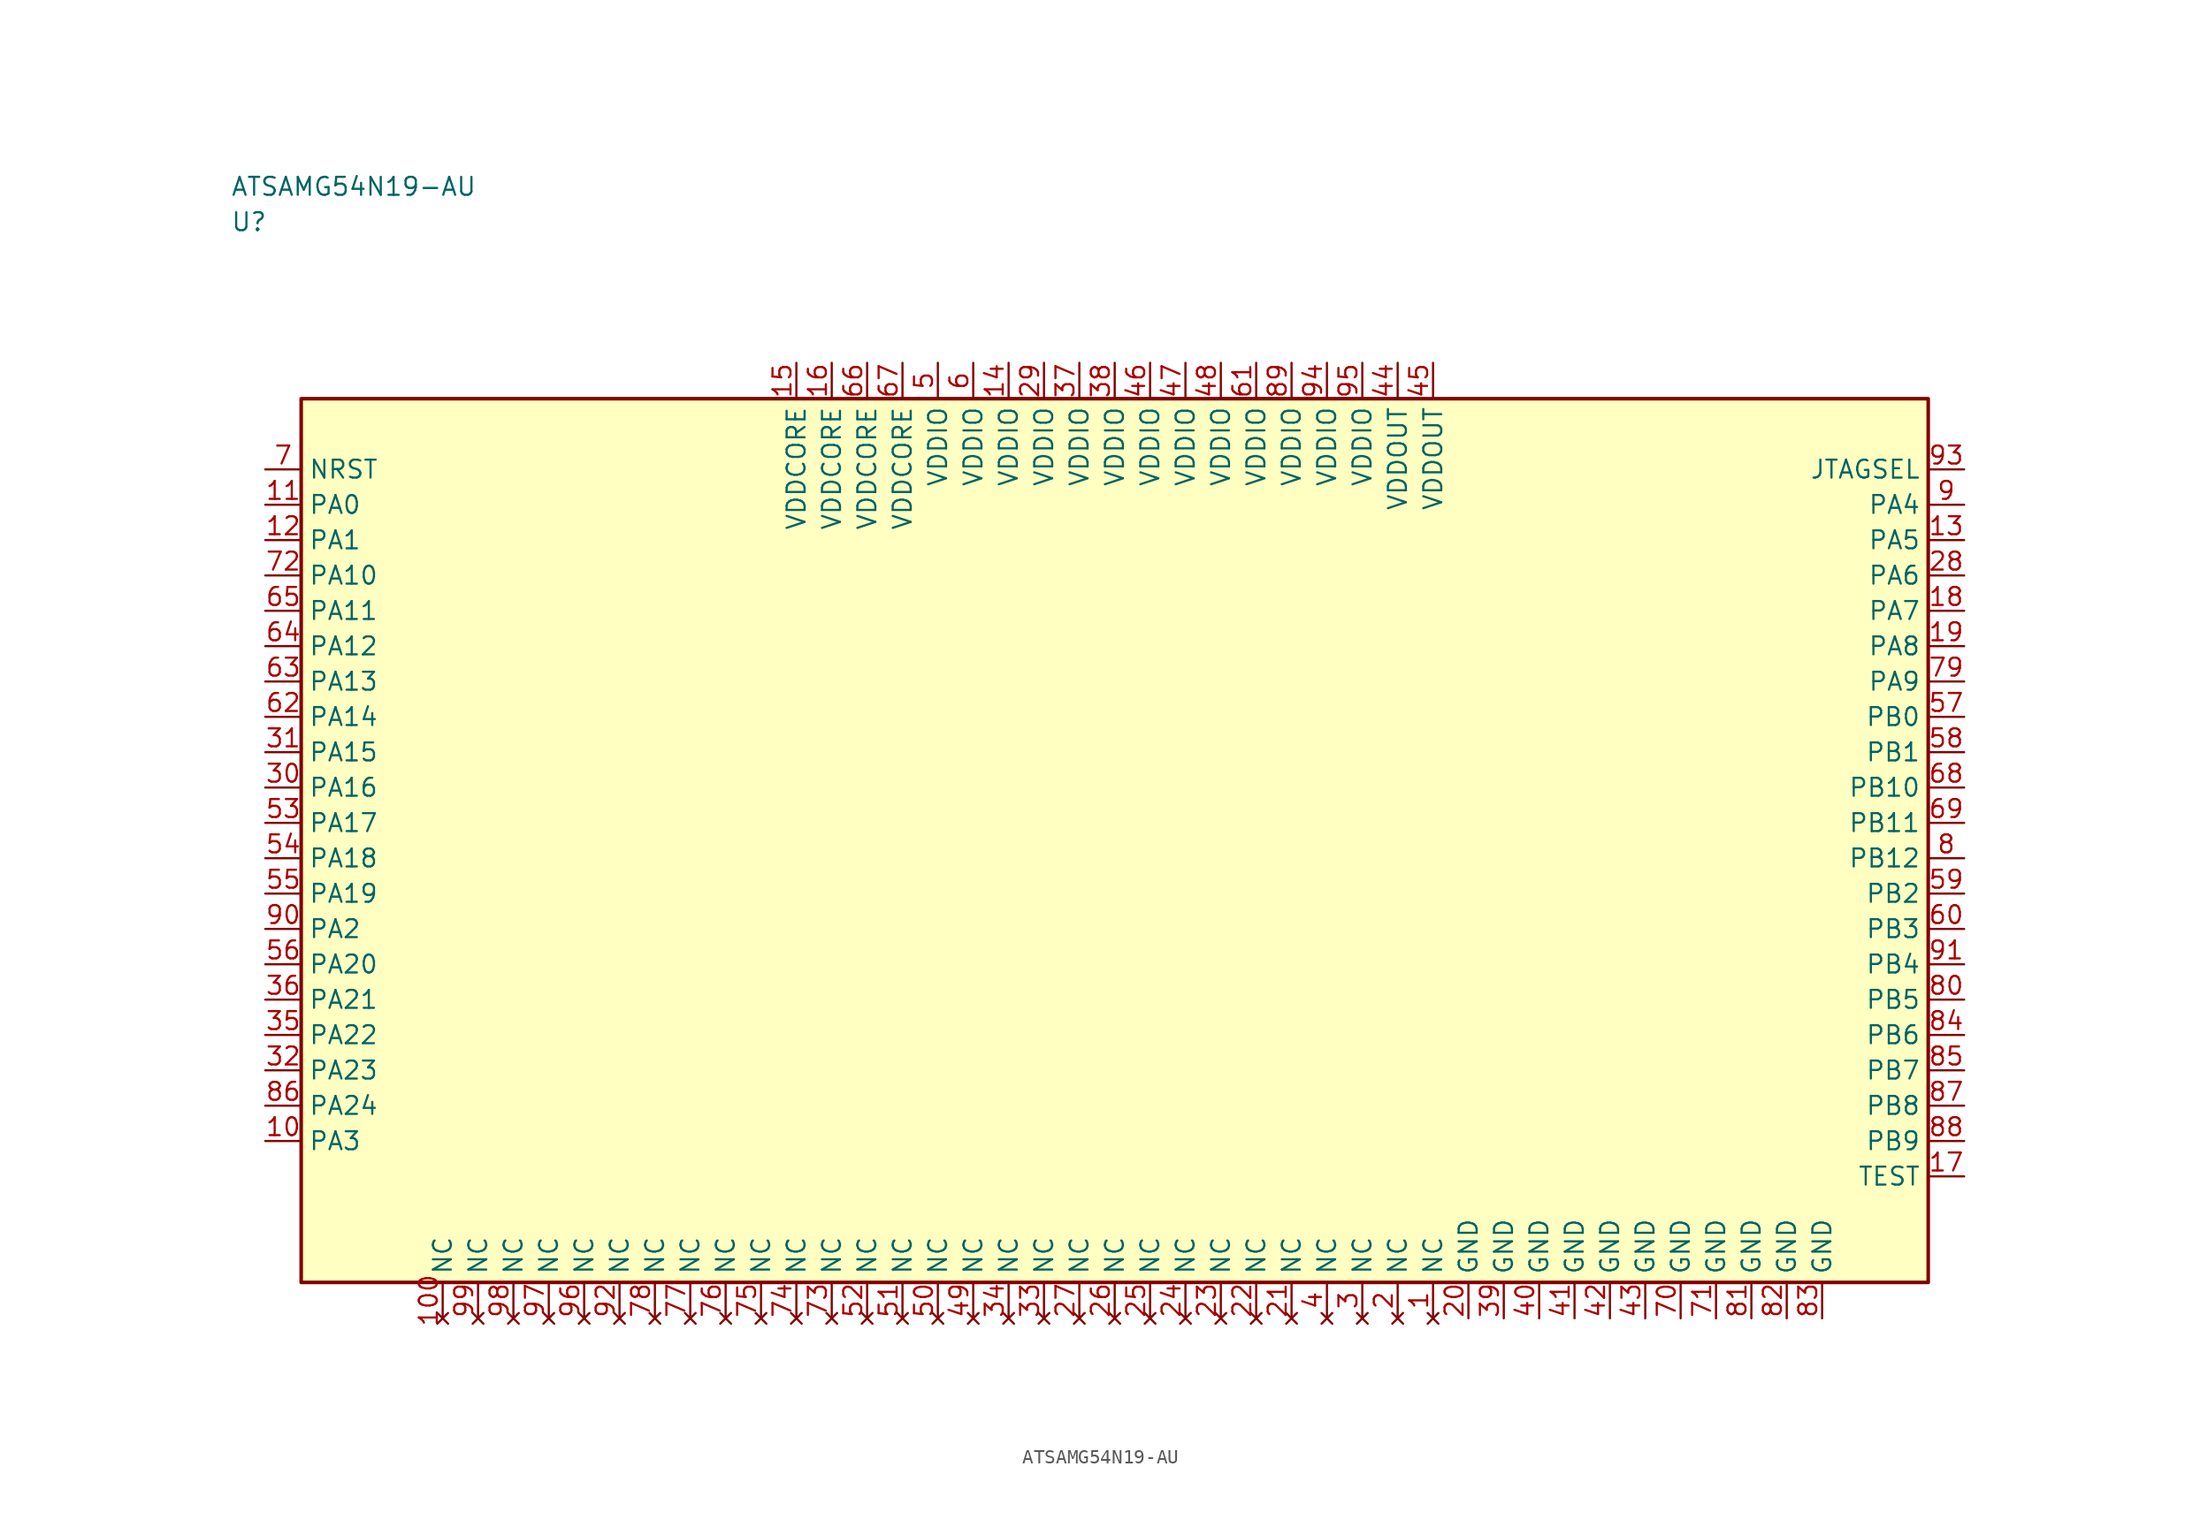
<source format=kicad_sym>
(kicad_symbol_lib
  (version 20241025)
  (generator "kicad_symbol_editor")
  (generator_version "8.0")
  (symbol "ATSAMG54N19-AU"
    (property "Reference" "U"
      (at -62.5 43.75 0)
      (effects (font (size 1.27 1.27)) (justify left)))
    (property "Value" "ATSAMG54N19-AU"
      (at -62.5 46.25 0)
      (effects (font (size 1.27 1.27)) (justify left)))
    (symbol "ATSAMG54N19-AU_0_1"
      (rectangle (start -57.5 31.25) (end 57.5 -31.25) (stroke (width 0.254) (type default)) (fill (type background))))
    (symbol "ATSAMG54N19-AU_1_1"
      (pin bidirectional line (at -60.04 23.75 0.0) (length 2.54) (name "PA0" (effects (font (size 1.27 1.27)))) (number "11" (effects (font (size 1.27 1.27)))))
      (pin bidirectional line (at -60.04 21.25 0.0) (length 2.54) (name "PA1" (effects (font (size 1.27 1.27)))) (number "12" (effects (font (size 1.27 1.27)))))
      (pin bidirectional line (at -60.04 -6.25 0.0) (length 2.54) (name "PA2" (effects (font (size 1.27 1.27)))) (number "90" (effects (font (size 1.27 1.27)))))
      (pin bidirectional line (at -60.04 -21.25 0.0) (length 2.54) (name "PA3" (effects (font (size 1.27 1.27)))) (number "10" (effects (font (size 1.27 1.27)))))
      (pin bidirectional line (at 60.04 23.75 180.0) (length 2.54) (name "PA4" (effects (font (size 1.27 1.27)))) (number "9" (effects (font (size 1.27 1.27)))))
      (pin bidirectional line (at 60.04 21.25 180.0) (length 2.54) (name "PA5" (effects (font (size 1.27 1.27)))) (number "13" (effects (font (size 1.27 1.27)))))
      (pin bidirectional line (at 60.04 18.75 180.0) (length 2.54) (name "PA6" (effects (font (size 1.27 1.27)))) (number "28" (effects (font (size 1.27 1.27)))))
      (pin bidirectional line (at 60.04 16.25 180.0) (length 2.54) (name "PA7" (effects (font (size 1.27 1.27)))) (number "18" (effects (font (size 1.27 1.27)))))
      (pin bidirectional line (at 60.04 13.75 180.0) (length 2.54) (name "PA8" (effects (font (size 1.27 1.27)))) (number "19" (effects (font (size 1.27 1.27)))))
      (pin bidirectional line (at 60.04 11.25 180.0) (length 2.54) (name "PA9" (effects (font (size 1.27 1.27)))) (number "79" (effects (font (size 1.27 1.27)))))
      (pin bidirectional line (at -60.04 18.75 0.0) (length 2.54) (name "PA10" (effects (font (size 1.27 1.27)))) (number "72" (effects (font (size 1.27 1.27)))))
      (pin bidirectional line (at -60.04 16.25 0.0) (length 2.54) (name "PA11" (effects (font (size 1.27 1.27)))) (number "65" (effects (font (size 1.27 1.27)))))
      (pin bidirectional line (at -60.04 13.75 0.0) (length 2.54) (name "PA12" (effects (font (size 1.27 1.27)))) (number "64" (effects (font (size 1.27 1.27)))))
      (pin bidirectional line (at -60.04 11.25 0.0) (length 2.54) (name "PA13" (effects (font (size 1.27 1.27)))) (number "63" (effects (font (size 1.27 1.27)))))
      (pin bidirectional line (at -60.04 8.75 0.0) (length 2.54) (name "PA14" (effects (font (size 1.27 1.27)))) (number "62" (effects (font (size 1.27 1.27)))))
      (pin bidirectional line (at -60.04 6.25 0.0) (length 2.54) (name "PA15" (effects (font (size 1.27 1.27)))) (number "31" (effects (font (size 1.27 1.27)))))
      (pin bidirectional line (at -60.04 3.75 0.0) (length 2.54) (name "PA16" (effects (font (size 1.27 1.27)))) (number "30" (effects (font (size 1.27 1.27)))))
      (pin bidirectional line (at -60.04 1.25 0.0) (length 2.54) (name "PA17" (effects (font (size 1.27 1.27)))) (number "53" (effects (font (size 1.27 1.27)))))
      (pin bidirectional line (at -60.04 -1.25 0.0) (length 2.54) (name "PA18" (effects (font (size 1.27 1.27)))) (number "54" (effects (font (size 1.27 1.27)))))
      (pin bidirectional line (at -60.04 -3.75 0.0) (length 2.54) (name "PA19" (effects (font (size 1.27 1.27)))) (number "55" (effects (font (size 1.27 1.27)))))
      (pin bidirectional line (at -60.04 -8.75 0.0) (length 2.54) (name "PA20" (effects (font (size 1.27 1.27)))) (number "56" (effects (font (size 1.27 1.27)))))
      (pin bidirectional line (at -60.04 -11.25 0.0) (length 2.54) (name "PA21" (effects (font (size 1.27 1.27)))) (number "36" (effects (font (size 1.27 1.27)))))
      (pin bidirectional line (at -60.04 -13.75 0.0) (length 2.54) (name "PA22" (effects (font (size 1.27 1.27)))) (number "35" (effects (font (size 1.27 1.27)))))
      (pin bidirectional line (at -60.04 -16.25 0.0) (length 2.54) (name "PA23" (effects (font (size 1.27 1.27)))) (number "32" (effects (font (size 1.27 1.27)))))
      (pin bidirectional line (at -60.04 -18.75 0.0) (length 2.54) (name "PA24" (effects (font (size 1.27 1.27)))) (number "86" (effects (font (size 1.27 1.27)))))
      (pin bidirectional line (at 60.04 8.75 180.0) (length 2.54) (name "PB0" (effects (font (size 1.27 1.27)))) (number "57" (effects (font (size 1.27 1.27)))))
      (pin bidirectional line (at 60.04 6.25 180.0) (length 2.54) (name "PB1" (effects (font (size 1.27 1.27)))) (number "58" (effects (font (size 1.27 1.27)))))
      (pin bidirectional line (at 60.04 -3.75 180.0) (length 2.54) (name "PB2" (effects (font (size 1.27 1.27)))) (number "59" (effects (font (size 1.27 1.27)))))
      (pin bidirectional line (at 60.04 -6.25 180.0) (length 2.54) (name "PB3" (effects (font (size 1.27 1.27)))) (number "60" (effects (font (size 1.27 1.27)))))
      (pin bidirectional line (at 60.04 -11.25 180.0) (length 2.54) (name "PB5" (effects (font (size 1.27 1.27)))) (number "80" (effects (font (size 1.27 1.27)))))
      (pin bidirectional line (at 60.04 -13.75 180.0) (length 2.54) (name "PB6" (effects (font (size 1.27 1.27)))) (number "84" (effects (font (size 1.27 1.27)))))
      (pin bidirectional line (at 60.04 -8.75 180.0) (length 2.54) (name "PB4" (effects (font (size 1.27 1.27)))) (number "91" (effects (font (size 1.27 1.27)))))
      (pin bidirectional line (at 60.04 -16.25 180.0) (length 2.54) (name "PB7" (effects (font (size 1.27 1.27)))) (number "85" (effects (font (size 1.27 1.27)))))
      (pin bidirectional line (at 60.04 -18.75 180.0) (length 2.54) (name "PB8" (effects (font (size 1.27 1.27)))) (number "87" (effects (font (size 1.27 1.27)))))
      (pin bidirectional line (at 60.04 -21.25 180.0) (length 2.54) (name "PB9" (effects (font (size 1.27 1.27)))) (number "88" (effects (font (size 1.27 1.27)))))
      (pin bidirectional line (at 60.04 3.75 180.0) (length 2.54) (name "PB10" (effects (font (size 1.27 1.27)))) (number "68" (effects (font (size 1.27 1.27)))))
      (pin bidirectional line (at 60.04 1.25 180.0) (length 2.54) (name "PB11" (effects (font (size 1.27 1.27)))) (number "69" (effects (font (size 1.27 1.27)))))
      (pin bidirectional line (at 60.04 -1.25 180.0) (length 2.54) (name "PB12" (effects (font (size 1.27 1.27)))) (number "8" (effects (font (size 1.27 1.27)))))
      (pin no_connect line (at 22.5 -33.79 90.0) (length 2.54) (name "NC" (effects (font (size 1.27 1.27)))) (number "1" (effects (font (size 1.27 1.27)))))
      (pin no_connect line (at 20.0 -33.79 90.0) (length 2.54) (name "NC" (effects (font (size 1.27 1.27)))) (number "2" (effects (font (size 1.27 1.27)))))
      (pin no_connect line (at 17.5 -33.79 90.0) (length 2.54) (name "NC" (effects (font (size 1.27 1.27)))) (number "3" (effects (font (size 1.27 1.27)))))
      (pin no_connect line (at 15.0 -33.79 90.0) (length 2.54) (name "NC" (effects (font (size 1.27 1.27)))) (number "4" (effects (font (size 1.27 1.27)))))
      (pin power_in line (at -12.5 33.79 270.0) (length 2.54) (name "VDDIO" (effects (font (size 1.27 1.27)))) (number "5" (effects (font (size 1.27 1.27)))))
      (pin power_in line (at -10.0 33.79 270.0) (length 2.54) (name "VDDIO" (effects (font (size 1.27 1.27)))) (number "6" (effects (font (size 1.27 1.27)))))
      (pin input line (at -60.04 26.25 0.0) (length 2.54) (name "NRST" (effects (font (size 1.27 1.27)))) (number "7" (effects (font (size 1.27 1.27)))))
      (pin power_in line (at -7.5 33.79 270.0) (length 2.54) (name "VDDIO" (effects (font (size 1.27 1.27)))) (number "14" (effects (font (size 1.27 1.27)))))
      (pin power_in line (at -22.5 33.79 270.0) (length 2.54) (name "VDDCORE" (effects (font (size 1.27 1.27)))) (number "15" (effects (font (size 1.27 1.27)))))
      (pin power_in line (at -20.0 33.79 270.0) (length 2.54) (name "VDDCORE" (effects (font (size 1.27 1.27)))) (number "16" (effects (font (size 1.27 1.27)))))
      (pin bidirectional line (at 60.04 -23.75 180.0) (length 2.54) (name "TEST" (effects (font (size 1.27 1.27)))) (number "17" (effects (font (size 1.27 1.27)))))
      (pin passive line (at 25.0 -33.79 90.0) (length 2.54) (name "GND" (effects (font (size 1.27 1.27)))) (number "20" (effects (font (size 1.27 1.27)))))
      (pin no_connect line (at 12.5 -33.79 90.0) (length 2.54) (name "NC" (effects (font (size 1.27 1.27)))) (number "21" (effects (font (size 1.27 1.27)))))
      (pin no_connect line (at 10.0 -33.79 90.0) (length 2.54) (name "NC" (effects (font (size 1.27 1.27)))) (number "22" (effects (font (size 1.27 1.27)))))
      (pin no_connect line (at 7.5 -33.79 90.0) (length 2.54) (name "NC" (effects (font (size 1.27 1.27)))) (number "23" (effects (font (size 1.27 1.27)))))
      (pin no_connect line (at 5.0 -33.79 90.0) (length 2.54) (name "NC" (effects (font (size 1.27 1.27)))) (number "24" (effects (font (size 1.27 1.27)))))
      (pin no_connect line (at 2.5 -33.79 90.0) (length 2.54) (name "NC" (effects (font (size 1.27 1.27)))) (number "25" (effects (font (size 1.27 1.27)))))
      (pin no_connect line (at 0.0 -33.79 90.0) (length 2.54) (name "NC" (effects (font (size 1.27 1.27)))) (number "26" (effects (font (size 1.27 1.27)))))
      (pin no_connect line (at -2.5 -33.79 90.0) (length 2.54) (name "NC" (effects (font (size 1.27 1.27)))) (number "27" (effects (font (size 1.27 1.27)))))
      (pin power_in line (at -5.0 33.79 270.0) (length 2.54) (name "VDDIO" (effects (font (size 1.27 1.27)))) (number "29" (effects (font (size 1.27 1.27)))))
      (pin no_connect line (at -5.0 -33.79 90.0) (length 2.54) (name "NC" (effects (font (size 1.27 1.27)))) (number "33" (effects (font (size 1.27 1.27)))))
      (pin no_connect line (at -7.5 -33.79 90.0) (length 2.54) (name "NC" (effects (font (size 1.27 1.27)))) (number "34" (effects (font (size 1.27 1.27)))))
      (pin power_in line (at -2.5 33.79 270.0) (length 2.54) (name "VDDIO" (effects (font (size 1.27 1.27)))) (number "37" (effects (font (size 1.27 1.27)))))
      (pin power_in line (at 0.0 33.79 270.0) (length 2.54) (name "VDDIO" (effects (font (size 1.27 1.27)))) (number "38" (effects (font (size 1.27 1.27)))))
      (pin passive line (at 27.5 -33.79 90.0) (length 2.54) (name "GND" (effects (font (size 1.27 1.27)))) (number "39" (effects (font (size 1.27 1.27)))))
      (pin passive line (at 30.0 -33.79 90.0) (length 2.54) (name "GND" (effects (font (size 1.27 1.27)))) (number "40" (effects (font (size 1.27 1.27)))))
      (pin passive line (at 32.5 -33.79 90.0) (length 2.54) (name "GND" (effects (font (size 1.27 1.27)))) (number "41" (effects (font (size 1.27 1.27)))))
      (pin passive line (at 35.0 -33.79 90.0) (length 2.54) (name "GND" (effects (font (size 1.27 1.27)))) (number "42" (effects (font (size 1.27 1.27)))))
      (pin passive line (at 37.5 -33.79 90.0) (length 2.54) (name "GND" (effects (font (size 1.27 1.27)))) (number "43" (effects (font (size 1.27 1.27)))))
      (pin power_in line (at 20.0 33.79 270.0) (length 2.54) (name "VDDOUT" (effects (font (size 1.27 1.27)))) (number "44" (effects (font (size 1.27 1.27)))))
      (pin power_in line (at 22.5 33.79 270.0) (length 2.54) (name "VDDOUT" (effects (font (size 1.27 1.27)))) (number "45" (effects (font (size 1.27 1.27)))))
      (pin power_in line (at 2.5 33.79 270.0) (length 2.54) (name "VDDIO" (effects (font (size 1.27 1.27)))) (number "46" (effects (font (size 1.27 1.27)))))
      (pin power_in line (at 5.0 33.79 270.0) (length 2.54) (name "VDDIO" (effects (font (size 1.27 1.27)))) (number "47" (effects (font (size 1.27 1.27)))))
      (pin power_in line (at 7.5 33.79 270.0) (length 2.54) (name "VDDIO" (effects (font (size 1.27 1.27)))) (number "48" (effects (font (size 1.27 1.27)))))
      (pin no_connect line (at -10.0 -33.79 90.0) (length 2.54) (name "NC" (effects (font (size 1.27 1.27)))) (number "49" (effects (font (size 1.27 1.27)))))
      (pin no_connect line (at -12.5 -33.79 90.0) (length 2.54) (name "NC" (effects (font (size 1.27 1.27)))) (number "50" (effects (font (size 1.27 1.27)))))
      (pin no_connect line (at -15.0 -33.79 90.0) (length 2.54) (name "NC" (effects (font (size 1.27 1.27)))) (number "51" (effects (font (size 1.27 1.27)))))
      (pin no_connect line (at -17.5 -33.79 90.0) (length 2.54) (name "NC" (effects (font (size 1.27 1.27)))) (number "52" (effects (font (size 1.27 1.27)))))
      (pin power_in line (at 10.0 33.79 270.0) (length 2.54) (name "VDDIO" (effects (font (size 1.27 1.27)))) (number "61" (effects (font (size 1.27 1.27)))))
      (pin power_in line (at -17.5 33.79 270.0) (length 2.54) (name "VDDCORE" (effects (font (size 1.27 1.27)))) (number "66" (effects (font (size 1.27 1.27)))))
      (pin power_in line (at -15.0 33.79 270.0) (length 2.54) (name "VDDCORE" (effects (font (size 1.27 1.27)))) (number "67" (effects (font (size 1.27 1.27)))))
      (pin passive line (at 40.0 -33.79 90.0) (length 2.54) (name "GND" (effects (font (size 1.27 1.27)))) (number "70" (effects (font (size 1.27 1.27)))))
      (pin passive line (at 42.5 -33.79 90.0) (length 2.54) (name "GND" (effects (font (size 1.27 1.27)))) (number "71" (effects (font (size 1.27 1.27)))))
      (pin no_connect line (at -20.0 -33.79 90.0) (length 2.54) (name "NC" (effects (font (size 1.27 1.27)))) (number "73" (effects (font (size 1.27 1.27)))))
      (pin no_connect line (at -22.5 -33.79 90.0) (length 2.54) (name "NC" (effects (font (size 1.27 1.27)))) (number "74" (effects (font (size 1.27 1.27)))))
      (pin no_connect line (at -25.0 -33.79 90.0) (length 2.54) (name "NC" (effects (font (size 1.27 1.27)))) (number "75" (effects (font (size 1.27 1.27)))))
      (pin no_connect line (at -27.5 -33.79 90.0) (length 2.54) (name "NC" (effects (font (size 1.27 1.27)))) (number "76" (effects (font (size 1.27 1.27)))))
      (pin no_connect line (at -30.0 -33.79 90.0) (length 2.54) (name "NC" (effects (font (size 1.27 1.27)))) (number "77" (effects (font (size 1.27 1.27)))))
      (pin no_connect line (at -32.5 -33.79 90.0) (length 2.54) (name "NC" (effects (font (size 1.27 1.27)))) (number "78" (effects (font (size 1.27 1.27)))))
      (pin passive line (at 45.0 -33.79 90.0) (length 2.54) (name "GND" (effects (font (size 1.27 1.27)))) (number "81" (effects (font (size 1.27 1.27)))))
      (pin passive line (at 47.5 -33.79 90.0) (length 2.54) (name "GND" (effects (font (size 1.27 1.27)))) (number "82" (effects (font (size 1.27 1.27)))))
      (pin passive line (at 50.0 -33.79 90.0) (length 2.54) (name "GND" (effects (font (size 1.27 1.27)))) (number "83" (effects (font (size 1.27 1.27)))))
      (pin power_in line (at 12.5 33.79 270.0) (length 2.54) (name "VDDIO" (effects (font (size 1.27 1.27)))) (number "89" (effects (font (size 1.27 1.27)))))
      (pin no_connect line (at -35.0 -33.79 90.0) (length 2.54) (name "NC" (effects (font (size 1.27 1.27)))) (number "92" (effects (font (size 1.27 1.27)))))
      (pin output line (at 60.04 26.25 180.0) (length 2.54) (name "JTAGSEL" (effects (font (size 1.27 1.27)))) (number "93" (effects (font (size 1.27 1.27)))))
      (pin power_in line (at 15.0 33.79 270.0) (length 2.54) (name "VDDIO" (effects (font (size 1.27 1.27)))) (number "94" (effects (font (size 1.27 1.27)))))
      (pin power_in line (at 17.5 33.79 270.0) (length 2.54) (name "VDDIO" (effects (font (size 1.27 1.27)))) (number "95" (effects (font (size 1.27 1.27)))))
      (pin no_connect line (at -37.5 -33.79 90.0) (length 2.54) (name "NC" (effects (font (size 1.27 1.27)))) (number "96" (effects (font (size 1.27 1.27)))))
      (pin no_connect line (at -40.0 -33.79 90.0) (length 2.54) (name "NC" (effects (font (size 1.27 1.27)))) (number "97" (effects (font (size 1.27 1.27)))))
      (pin no_connect line (at -42.5 -33.79 90.0) (length 2.54) (name "NC" (effects (font (size 1.27 1.27)))) (number "98" (effects (font (size 1.27 1.27)))))
      (pin no_connect line (at -45.0 -33.79 90.0) (length 2.54) (name "NC" (effects (font (size 1.27 1.27)))) (number "99" (effects (font (size 1.27 1.27)))))
      (pin no_connect line (at -47.5 -33.79 90.0) (length 2.54) (name "NC" (effects (font (size 1.27 1.27)))) (number "100" (effects (font (size 1.27 1.27))))))))
</source>
